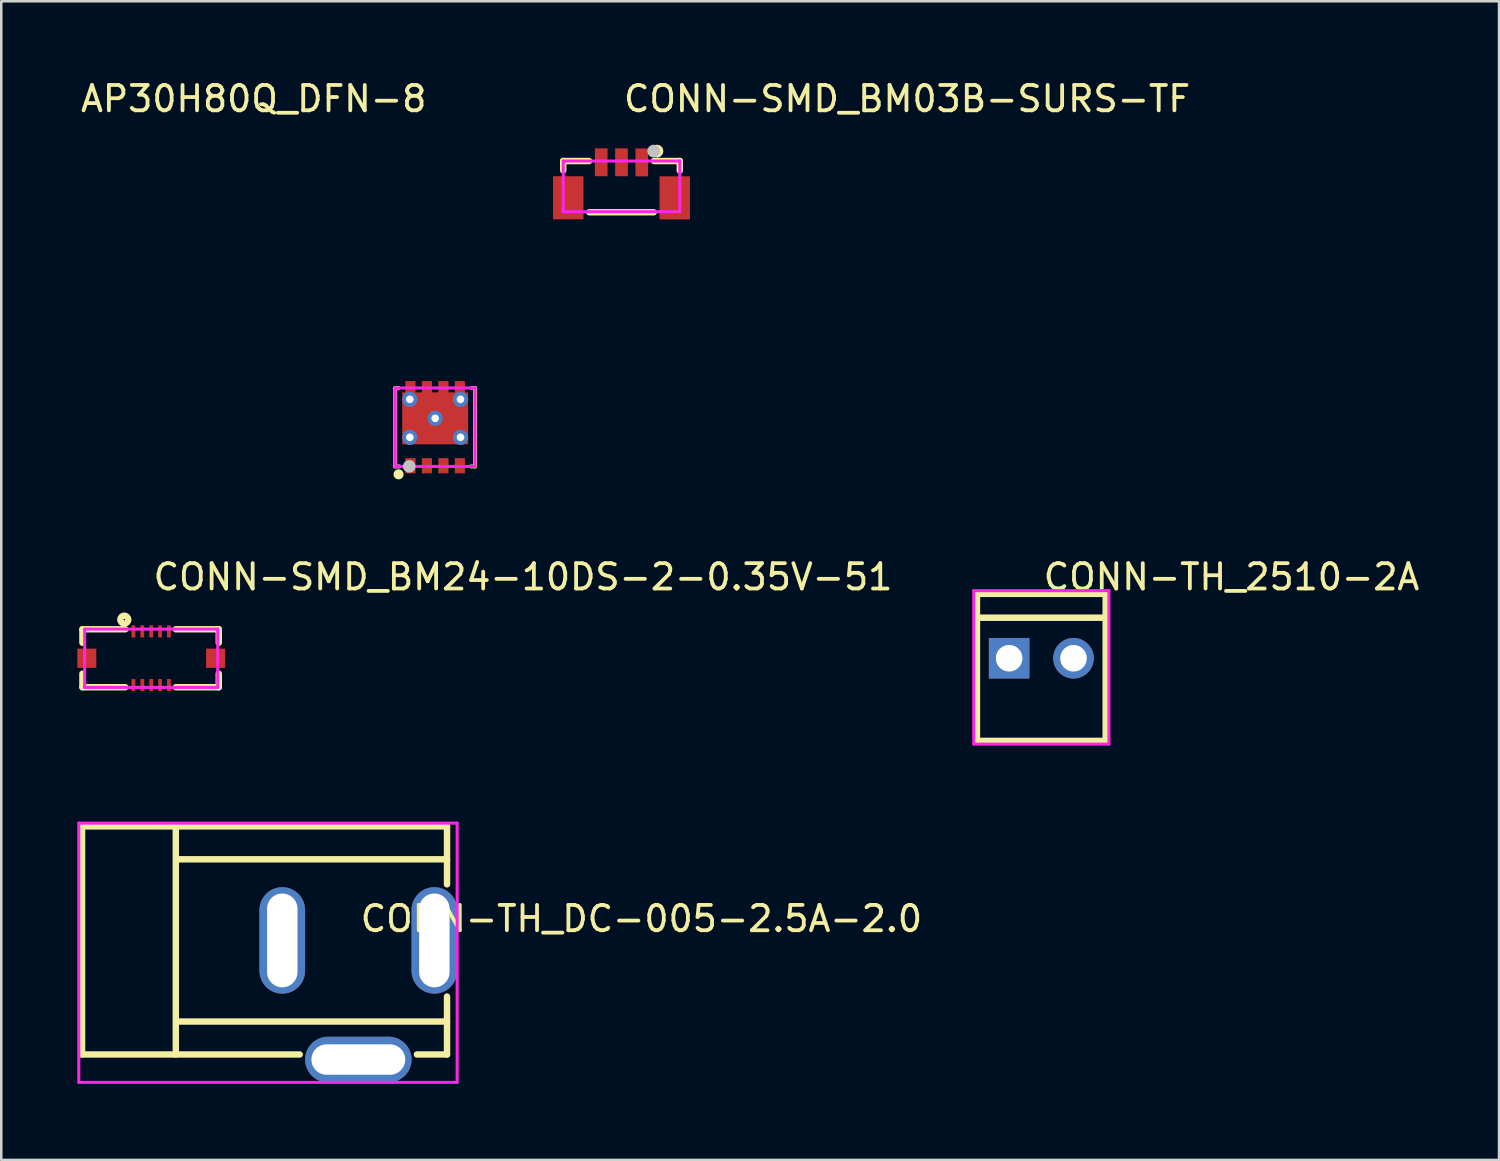
<source format=kicad_pcb>
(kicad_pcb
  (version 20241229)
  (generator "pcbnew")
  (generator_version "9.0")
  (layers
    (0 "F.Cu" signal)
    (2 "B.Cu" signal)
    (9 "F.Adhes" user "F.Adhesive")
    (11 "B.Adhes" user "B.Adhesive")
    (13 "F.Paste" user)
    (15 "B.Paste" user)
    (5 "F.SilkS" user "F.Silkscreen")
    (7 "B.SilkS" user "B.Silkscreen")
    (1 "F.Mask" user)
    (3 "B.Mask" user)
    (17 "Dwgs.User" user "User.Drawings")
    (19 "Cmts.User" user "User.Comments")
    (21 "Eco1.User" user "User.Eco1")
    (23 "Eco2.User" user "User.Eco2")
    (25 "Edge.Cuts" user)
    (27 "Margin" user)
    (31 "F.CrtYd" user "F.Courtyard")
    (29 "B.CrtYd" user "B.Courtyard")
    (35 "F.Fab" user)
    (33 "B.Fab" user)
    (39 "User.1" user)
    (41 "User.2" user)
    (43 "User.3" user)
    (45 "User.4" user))
  (footprint "CONN-SMD_BM24-10DS-2-0.35V-51"
    (layer "F.Cu")
    (at 2.915 22.921)
    (property "Reference" "CONN-SMD_BM24-10DS-2-0.35V-51" (at 0 -3.207 0) (layer "F.SilkS") (effects (font (size 1 1) (thickness 0.15)) (justify left)))
    (attr through_hole)
    (fp_line (start -2.712 -1.143) (end -2.712 -0.611) (stroke (width 0.254) (type solid)) (layer "F.SilkS"))
    (fp_line (start -2.712 0.611) (end -2.712 1.143) (stroke (width 0.254) (type solid)) (layer "F.SilkS"))
    (fp_line (start -2.712 1.143) (end -1.021 1.143) (stroke (width 0.254) (type solid)) (layer "F.SilkS"))
    (fp_line (start -1.021 -1.143) (end -2.712 -1.143) (stroke (width 0.254) (type solid)) (layer "F.SilkS"))
    (fp_line (start 0.976 1.143) (end 2.667 1.143) (stroke (width 0.254) (type solid)) (layer "F.SilkS"))
    (fp_line (start 2.667 -1.143) (end 0.976 -1.143) (stroke (width 0.254) (type solid)) (layer "F.SilkS"))
    (fp_line (start 2.667 -0.611) (end 2.667 -1.143) (stroke (width 0.254) (type solid)) (layer "F.SilkS"))
    (fp_line (start 2.667 1.143) (end 2.667 0.611) (stroke (width 0.254) (type solid)) (layer "F.SilkS"))
    (fp_circle (center -1.061 -1.524) (end -1.033 -1.524) (stroke (width 0.254) (type solid)) (fill no) (layer "F.SilkS"))
    (fp_circle (center -2.625 -1.15) (end -2.595 -1.15) (stroke (width 0.06) (type solid)) (fill no) (layer "Eco2.User"))
    (fp_poly (pts (xy -2.625 -0.25) (xy -2.165 -0.25) (xy -2.165 0.25) (xy -2.625 0.25)) (stroke (width 0.12) (type solid)) (fill no) (layer "Eco2.User"))
    (fp_poly (pts (xy -0.76 -1.15) (xy -0.64 -1.15) (xy -0.64 -0.9) (xy -0.76 -0.9)) (stroke (width 0.12) (type solid)) (fill no) (layer "Eco2.User"))
    (fp_poly (pts (xy -0.76 0.9) (xy -0.64 0.9) (xy -0.64 1.15) (xy -0.76 1.15)) (stroke (width 0.12) (type solid)) (fill no) (layer "Eco2.User"))
    (fp_poly (pts (xy -0.41 -1.15) (xy -0.29 -1.15) (xy -0.29 -0.9) (xy -0.41 -0.9)) (stroke (width 0.12) (type solid)) (fill no) (layer "Eco2.User"))
    (fp_poly (pts (xy -0.41 0.9) (xy -0.29 0.9) (xy -0.29 1.15) (xy -0.41 1.15)) (stroke (width 0.12) (type solid)) (fill no) (layer "Eco2.User"))
    (fp_poly (pts (xy -0.06 -1.15) (xy 0.06 -1.15) (xy 0.06 -0.9) (xy -0.06 -0.9)) (stroke (width 0.12) (type solid)) (fill no) (layer "Eco2.User"))
    (fp_poly (pts (xy -0.06 0.9) (xy 0.06 0.9) (xy 0.06 1.15) (xy -0.06 1.15)) (stroke (width 0.12) (type solid)) (fill no) (layer "Eco2.User"))
    (fp_poly (pts (xy 0.29 -1.15) (xy 0.41 -1.15) (xy 0.41 -0.9) (xy 0.29 -0.9)) (stroke (width 0.12) (type solid)) (fill no) (layer "Eco2.User"))
    (fp_poly (pts (xy 0.29 0.9) (xy 0.41 0.9) (xy 0.41 1.15) (xy 0.29 1.15)) (stroke (width 0.12) (type solid)) (fill no) (layer "Eco2.User"))
    (fp_poly (pts (xy 0.64 -1.15) (xy 0.76 -1.15) (xy 0.76 -0.9) (xy 0.64 -0.9)) (stroke (width 0.12) (type solid)) (fill no) (layer "Eco2.User"))
    (fp_poly (pts (xy 0.64 0.9) (xy 0.76 0.9) (xy 0.76 1.15) (xy 0.64 1.15)) (stroke (width 0.12) (type solid)) (fill no) (layer "Eco2.User"))
    (fp_poly (pts (xy 2.165 -0.25) (xy 2.625 -0.25) (xy 2.625 0.25) (xy 2.165 0.25)) (stroke (width 0.12) (type solid)) (fill no) (layer "Eco2.User"))
    (fp_line (start -2.625 -1.15) (end 2.625 -1.15) (stroke (width 0.12) (type solid)) (layer "F.CrtYd"))
    (fp_line (start -2.625 1.15) (end -2.625 -1.15) (stroke (width 0.12) (type solid)) (layer "F.CrtYd"))
    (fp_line (start 2.625 -1.15) (end 2.625 1.15) (stroke (width 0.12) (type solid)) (layer "F.CrtYd"))
    (fp_line (start 2.625 1.15) (end -2.625 1.15) (stroke (width 0.12) (type solid)) (layer "F.CrtYd"))
    (pad "1" smd rect (at -0.7 -1.06) (size 0.15 0.48) (layers "F.Cu" "F.Mask" "F.Paste"))
    (pad "2" smd rect (at -0.35 -1.06) (size 0.15 0.48) (layers "F.Cu" "F.Mask" "F.Paste"))
    (pad "3" smd rect (at 0 -1.06) (size 0.15 0.48) (layers "F.Cu" "F.Mask" "F.Paste"))
    (pad "4" smd rect (at 0.35 -1.06) (size 0.15 0.48) (layers "F.Cu" "F.Mask" "F.Paste"))
    (pad "5" smd rect (at 0.7 -1.06) (size 0.15 0.48) (layers "F.Cu" "F.Mask" "F.Paste"))
    (pad "6" smd rect (at 0.7 1.06) (size 0.15 0.48) (layers "F.Cu" "F.Mask" "F.Paste"))
    (pad "7" smd rect (at 0.35 1.06) (size 0.15 0.48) (layers "F.Cu" "F.Mask" "F.Paste"))
    (pad "8" smd rect (at 0 1.06) (size 0.15 0.48) (layers "F.Cu" "F.Mask" "F.Paste"))
    (pad "9" smd rect (at -0.35 1.06) (size 0.15 0.48) (layers "F.Cu" "F.Mask" "F.Paste"))
    (pad "10" smd rect (at -0.7 1.06) (size 0.15 0.48) (layers "F.Cu" "F.Mask" "F.Paste"))
    (pad "11" smd rect (at 2.54 0) (size 0.75 0.76) (layers "F.Cu" "F.Mask" "F.Paste"))
    (pad "12" smd rect (at -2.54 0) (size 0.75 0.76) (layers "F.Cu" "F.Mask" "F.Paste")))
  (footprint "CONN-SMD_BM03B-SURS-TF"
    (layer "F.Cu")
    (at 21.472 4.055)
    (property "Reference" "CONN-SMD_BM03B-SURS-TF" (at 0 -3.207 0) (layer "F.SilkS") (effects (font (size 1 1) (thickness 0.15)) (justify left)))
    (attr through_hole)
    (fp_line (start -2.3 -0.752) (end -2.3 -0.383) (stroke (width 0.254) (type solid)) (layer "F.SilkS"))
    (fp_line (start -1.282 -0.752) (end -2.3 -0.752) (stroke (width 0.254) (type solid)) (layer "F.SilkS"))
    (fp_line (start -1.269 1.27) (end 1.27 1.27) (stroke (width 0.254) (type solid)) (layer "F.SilkS"))
    (fp_line (start 2.3 -0.752) (end 1.28 -0.752) (stroke (width 0.254) (type solid)) (layer "F.SilkS"))
    (fp_line (start 2.3 -0.752) (end 2.3 -0.38) (stroke (width 0.254) (type solid)) (layer "F.SilkS"))
    (fp_circle (center 1.397 -1.143) (end 1.524 -1.143) (stroke (width 0.254) (type solid)) (fill no) (layer "F.SilkS"))
    (fp_circle (center 1.27 -1.143) (end 1.397 -1.143) (stroke (width 0.254) (type solid)) (fill no) (layer "Dwgs.User"))
    (fp_circle (center 2.3 -1.001) (end 2.33 -1.001) (stroke (width 0.06) (type solid)) (fill no) (layer "Eco2.User"))
    (fp_poly (pts (xy -2.001 1.199) (xy -2.201 1.199) (xy -2.201 0.199) (xy -2.001 0.199)) (stroke (width 0.12) (type solid)) (fill no) (layer "Eco2.User"))
    (fp_poly (pts (xy -0.701 -0.402) (xy -0.901 -0.402) (xy -0.901 -1.002) (xy -0.701 -1.002)) (stroke (width 0.12) (type solid)) (fill no) (layer "Eco2.User"))
    (fp_poly (pts (xy 0.099 -0.402) (xy -0.101 -0.402) (xy -0.101 -1.002) (xy 0.099 -1.002)) (stroke (width 0.12) (type solid)) (fill no) (layer "Eco2.User"))
    (fp_poly (pts (xy 0.899 -0.398) (xy 0.699 -0.398) (xy 0.699 -0.998) (xy 0.899 -0.998)) (stroke (width 0.12) (type solid)) (fill no) (layer "Eco2.User"))
    (fp_poly (pts (xy 2.201 1.202) (xy 2.001 1.202) (xy 2.001 0.202) (xy 2.201 0.202)) (stroke (width 0.12) (type solid)) (fill no) (layer "Eco2.User"))
    (fp_line (start -2.3 -0.752) (end 2.3 -0.752) (stroke (width 0.12) (type solid)) (layer "F.CrtYd"))
    (fp_line (start -2.3 1.248) (end -2.3 -0.752) (stroke (width 0.12) (type solid)) (layer "F.CrtYd"))
    (fp_line (start 2.3 -0.752) (end 2.3 1.248) (stroke (width 0.12) (type solid)) (layer "F.CrtYd"))
    (fp_line (start 2.3 1.248) (end -2.3 1.248) (stroke (width 0.12) (type solid)) (layer "F.CrtYd"))
    (pad "1" smd rect (at 0.799 -0.698 180) (size 0.5 1.1) (layers "F.Cu" "F.Mask" "F.Paste"))
    (pad "2" smd rect (at -0.001 -0.702 180) (size 0.5 1.1) (layers "F.Cu" "F.Mask" "F.Paste"))
    (pad "3" smd rect (at -0.801 -0.702 180) (size 0.5 1.1) (layers "F.Cu" "F.Mask" "F.Paste"))
    (pad "4" smd rect (at -2.101 0.699 180) (size 1.2 1.7) (layers "F.Cu" "F.Mask" "F.Paste"))
    (pad "5" smd rect (at 2.101 0.702 180) (size 1.2 1.7) (layers "F.Cu" "F.Mask" "F.Paste")))
  (footprint "CONN-TH_DC-005-2.5A-2.0"
    (layer "F.Cu")
    (at 11.087 36.404)
    (property "Reference" "CONN-TH_DC-005-2.5A-2.0" (at 0 -3.207 0) (layer "F.SilkS") (effects (font (size 1 1) (thickness 0.15)) (justify left)))
    (attr through_hole)
    (fp_line (start -10.9 -6.85) (end 3.5 -6.85) (stroke (width 0.254) (type solid)) (layer "F.SilkS"))
    (fp_line (start -10.9 2.15) (end -10.9 -6.85) (stroke (width 0.254) (type solid)) (layer "F.SilkS"))
    (fp_line (start -10.9 2.15) (end -2.313 2.15) (stroke (width 0.254) (type solid)) (layer "F.SilkS"))
    (fp_line (start -7.2 2.15) (end -7.2 -6.85) (stroke (width 0.254) (type solid)) (layer "F.SilkS"))
    (fp_line (start -7.12 -5.55) (end 3.5 -5.55) (stroke (width 0.254) (type solid)) (layer "F.SilkS"))
    (fp_line (start -7.12 0.85) (end 3.5 0.85) (stroke (width 0.254) (type solid)) (layer "F.SilkS"))
    (fp_line (start 2.313 2.15) (end 3.5 2.15) (stroke (width 0.254) (type solid)) (layer "F.SilkS"))
    (fp_line (start 3.5 -6.85) (end 3.5 -4.564) (stroke (width 0.254) (type solid)) (layer "F.SilkS"))
    (fp_line (start 3.5 -0.136) (end 3.5 2.15) (stroke (width 0.254) (type solid)) (layer "F.SilkS"))
    (fp_circle (center 3.9 -6.977) (end 3.93 -6.977) (stroke (width 0.06) (type solid)) (fill no) (layer "Eco2.User"))
    (fp_poly (pts (xy -2.52 -3.6) (xy -2.52 -1.1) (xy -3.48 -1.1) (xy -3.48 -3.6)) (stroke (width 0.12) (type solid)) (fill no) (layer "Eco2.User"))
    (fp_poly (pts (xy -1.25 1.87) (xy 1.25 1.87) (xy 1.25 2.83) (xy -1.25 2.83)) (stroke (width 0.12) (type solid)) (fill no) (layer "Eco2.User"))
    (fp_poly (pts (xy 2.52 -1.1) (xy 2.52 -3.6) (xy 3.48 -3.6) (xy 3.48 -1.1)) (stroke (width 0.12) (type solid)) (fill no) (layer "Eco2.User"))
    (fp_line (start -11.027 -6.977) (end 3.9 -6.977) (stroke (width 0.12) (type solid)) (layer "F.CrtYd"))
    (fp_line (start -11.027 3.25) (end -11.027 -6.977) (stroke (width 0.12) (type solid)) (layer "F.CrtYd"))
    (fp_line (start 3.9 -6.977) (end 3.9 3.25) (stroke (width 0.12) (type solid)) (layer "F.CrtYd"))
    (fp_line (start 3.9 3.25) (end -11.027 3.25) (stroke (width 0.12) (type solid)) (layer "F.CrtYd"))
    (pad "1" thru_hole oval (at 3 -2.35) (size 1.8 4.2) (drill oval 1.2 3.7) (layers "*.Cu" "*.Mask"))
    (pad "2" thru_hole oval (at -3 -2.35 180) (size 1.8 4.2) (drill oval 1.2 3.7) (layers "*.Cu" "*.Mask"))
    (pad "3" thru_hole oval (at 0 2.35 270) (size 1.8 4.2) (drill oval 1.2 3.7) (layers "*.Cu" "*.Mask")))
  (footprint "CONN-TH_2510-2A"
    (layer "F.Cu")
    (at 38.035 22.921)
    (property "Reference" "CONN-TH_2510-2A" (at 0 -3.207 0) (layer "F.SilkS") (effects (font (size 1 1) (thickness 0.15)) (justify left)))
    (attr through_hole)
    (fp_line (start -2.54 -2.54) (end -2.54 3.26) (stroke (width 0.254) (type solid)) (layer "F.SilkS"))
    (fp_line (start -2.54 -2.54) (end 2.54 -2.54) (stroke (width 0.254) (type solid)) (layer "F.SilkS"))
    (fp_line (start -2.54 -1.6) (end 2.54 -1.6) (stroke (width 0.254) (type solid)) (layer "F.SilkS"))
    (fp_line (start -2.54 3.26) (end 2.54 3.26) (stroke (width 0.254) (type solid)) (layer "F.SilkS"))
    (fp_line (start 2.54 -2.54) (end 2.54 3.26) (stroke (width 0.254) (type solid)) (layer "F.SilkS"))
    (fp_circle (center -2.667 3.387) (end -2.637 3.387) (stroke (width 0.06) (type solid)) (fill no) (layer "Eco2.User"))
    (fp_circle (center -1.27 0) (end -1.058 0) (stroke (width 0.425) (type solid)) (fill no) (layer "Eco2.User"))
    (fp_circle (center 1.27 0) (end 1.482 0) (stroke (width 0.425) (type solid)) (fill no) (layer "Eco2.User"))
    (fp_line (start -2.667 -2.667) (end 2.667 -2.667) (stroke (width 0.12) (type solid)) (layer "F.CrtYd"))
    (fp_line (start -2.667 3.387) (end -2.667 -2.667) (stroke (width 0.12) (type solid)) (layer "F.CrtYd"))
    (fp_line (start 2.667 -2.667) (end 2.667 3.387) (stroke (width 0.12) (type solid)) (layer "F.CrtYd"))
    (fp_line (start 2.667 3.387) (end -2.667 3.387) (stroke (width 0.12) (type solid)) (layer "F.CrtYd"))
    (pad "1" thru_hole rect (at -1.27 0) (size 1.6 1.6) (drill 1.05) (layers "*.Cu" "*.Mask"))
    (pad "2" thru_hole circle (at 1.27 0) (size 1.6 1.6) (drill 1.05) (layers "*.Cu" "*.Mask")))
  (footprint "AP30H80Q_DFN-8"
    (layer "F.Cu")
    (at 14.119 13.805)
    (property "Reference" "AP30H80Q_DFN-8" (at -0.25 -12.957 180) (layer "F.SilkS") (effects (font (size 1 1) (thickness 0.15)) (justify right)))
    (attr through_hole)
    (fp_line (start -1.575 -1.55) (end -1.45 -1.55) (stroke (width 0.152) (type solid)) (layer "F.SilkS"))
    (fp_line (start -1.575 1.55) (end -1.575 -1.55) (stroke (width 0.152) (type solid)) (layer "F.SilkS"))
    (fp_line (start -1.406 1.55) (end -1.575 1.55) (stroke (width 0.152) (type solid)) (layer "F.SilkS"))
    (fp_line (start 1.45 -1.55) (end 1.576 -1.55) (stroke (width 0.152) (type solid)) (layer "F.SilkS"))
    (fp_line (start 1.575 -1.55) (end 1.575 1.55) (stroke (width 0.152) (type solid)) (layer "F.SilkS"))
    (fp_line (start 1.575 1.55) (end 1.406 1.55) (stroke (width 0.152) (type solid)) (layer "F.SilkS"))
    (fp_circle (center -1.444 1.86) (end -1.344 1.86) (stroke (width 0.2) (type solid)) (fill no) (layer "F.SilkS"))
    (fp_poly (pts (xy -1.174 1.22) (xy -0.775 1.22) (xy -0.775 1.82) (xy -1.175 1.82)) (stroke (width 0.12) (type solid)) (fill yes) (layer "F.Paste"))
    (fp_poly (pts (xy -0.524 1.22) (xy -0.125 1.22) (xy -0.125 1.82) (xy -0.525 1.82)) (stroke (width 0.12) (type solid)) (fill yes) (layer "F.Paste"))
    (fp_poly (pts (xy 0.126 1.22) (xy 0.525 1.22) (xy 0.525 1.82) (xy 0.125 1.82)) (stroke (width 0.12) (type solid)) (fill yes) (layer "F.Paste"))
    (fp_poly (pts (xy 0.776 1.22) (xy 1.175 1.22) (xy 1.175 1.82) (xy 0.775 1.82)) (stroke (width 0.12) (type solid)) (fill yes) (layer "F.Paste"))
    (fp_poly (pts (xy 1.175 -1.375) (xy 1.175 -1.82) (xy 0.775 -1.82) (xy 0.775 -1.375) (xy 0.525 -1.375) (xy 0.525 -1.82) (xy 0.125 -1.82) (xy 0.125 -1.375) (xy -0.125 -1.375) (xy -0.125 -1.82) (xy -0.525 -1.82) (xy -0.525 -1.375) (xy -0.775 -1.375) (xy -0.775 -1.82) (xy -1.175 -1.82) (xy -1.175 -1.375) (xy -1.3 -1.375) (xy -1.3 0.675) (xy 1.3 0.675) (xy 1.3 -1.375)) (stroke (width 0.12) (type solid)) (fill yes) (layer "F.Paste"))
    (fp_circle (center -1.023 1.545) (end -0.898 1.545) (stroke (width 0.25) (type solid)) (fill no) (layer "Dwgs.User"))
    (fp_circle (center -1.575 1.675) (end -1.545 1.675) (stroke (width 0.06) (type solid)) (fill no) (layer "Eco2.User"))
    (fp_poly (pts (xy -1.25 -1.275) (xy 1.24 -1.275) (xy 1.24 0.605) (xy -1.25 0.605)) (stroke (width 0.12) (type solid)) (fill no) (layer "Eco2.User"))
    (fp_poly (pts (xy -1.125 -1.675) (xy -0.825 -1.675) (xy -0.825 -1.275) (xy -1.125 -1.275)) (stroke (width 0.12) (type solid)) (fill no) (layer "Eco2.User"))
    (fp_poly (pts (xy -0.825 1.675) (xy -1.125 1.675) (xy -1.125 1.275) (xy -0.825 1.275)) (stroke (width 0.12) (type solid)) (fill no) (layer "Eco2.User"))
    (fp_poly (pts (xy -0.475 -1.675) (xy -0.175 -1.675) (xy -0.175 -1.275) (xy -0.475 -1.275)) (stroke (width 0.12) (type solid)) (fill no) (layer "Eco2.User"))
    (fp_poly (pts (xy -0.175 1.675) (xy -0.475 1.675) (xy -0.475 1.275) (xy -0.175 1.275)) (stroke (width 0.12) (type solid)) (fill no) (layer "Eco2.User"))
    (fp_poly (pts (xy 0.175 -1.675) (xy 0.475 -1.675) (xy 0.475 -1.275) (xy 0.175 -1.275)) (stroke (width 0.12) (type solid)) (fill no) (layer "Eco2.User"))
    (fp_poly (pts (xy 0.475 1.675) (xy 0.175 1.675) (xy 0.175 1.275) (xy 0.475 1.275)) (stroke (width 0.12) (type solid)) (fill no) (layer "Eco2.User"))
    (fp_poly (pts (xy 0.825 -1.675) (xy 1.125 -1.675) (xy 1.125 -1.275) (xy 0.825 -1.275)) (stroke (width 0.12) (type solid)) (fill no) (layer "Eco2.User"))
    (fp_poly (pts (xy 1.125 1.675) (xy 0.825 1.675) (xy 0.825 1.275) (xy 1.125 1.275)) (stroke (width 0.12) (type solid)) (fill no) (layer "Eco2.User"))
    (fp_line (start -1.575 -1.55) (end 1.575 -1.55) (stroke (width 0.12) (type solid)) (layer "F.CrtYd"))
    (fp_line (start -1.575 1.55) (end -1.575 -1.55) (stroke (width 0.12) (type solid)) (layer "F.CrtYd"))
    (fp_line (start 1.575 -1.55) (end 1.575 1.55) (stroke (width 0.12) (type solid)) (layer "F.CrtYd"))
    (fp_line (start 1.575 1.55) (end -1.575 1.55) (stroke (width 0.12) (type solid)) (layer "F.CrtYd"))
    (pad "1" smd rect (at -0.975 1.52 180) (size 0.4 0.6) (layers "F.Cu" "F.Mask" "F.Paste"))
    (pad "2" smd rect (at -0.325 1.52 180) (size 0.4 0.6) (layers "F.Cu" "F.Mask" "F.Paste"))
    (pad "3" smd rect (at 0.325 1.52 180) (size 0.4 0.6) (layers "F.Cu" "F.Mask" "F.Paste"))
    (pad "4" smd rect (at 0.975 1.52 180) (size 0.4 0.6) (layers "F.Cu" "F.Mask" "F.Paste"))
    (pad "5" smd rect (at 0.975 -1.52 180) (size 0.4 0.6) (layers "F.Cu" "F.Mask" "F.Paste"))
    (pad "6" smd rect (at 0.325 -1.52 180) (size 0.4 0.6) (layers "F.Cu" "F.Mask" "F.Paste"))
    (pad "7" smd rect (at -0.325 -1.52 180) (size 0.4 0.6) (layers "F.Cu" "F.Mask" "F.Paste"))
    (pad "8" smd rect (at -0.975 -1.52 180) (size 0.4 0.6) (layers "F.Cu" "F.Mask" "F.Paste"))
    (pad "9" thru_hole circle (at -1 -1.1) (size 0.6 0.6) (drill 0.3) (layers "*.Cu" "*.Mask"))
    (pad "9" thru_hole circle (at -1 0.4) (size 0.6 0.6) (drill 0.3) (layers "*.Cu" "*.Mask"))
    (pad "9" thru_hole circle (at 0 -0.35) (size 0.6 0.6) (drill 0.3) (layers "*.Cu" "*.Mask"))
    (pad "9" smd rect (at 0 -0.35) (size 2.6 2.05) (layers "F.Cu" "F.Mask" "F.Paste"))
    (pad "9" thru_hole circle (at 1 -1.1) (size 0.6 0.6) (drill 0.3) (layers "*.Cu" "*.Mask"))
    (pad "9" thru_hole circle (at 1 0.4) (size 0.6 0.6) (drill 0.3) (layers "*.Cu" "*.Mask")))
  (gr_rect
    (start -3 -3)
    (end 56.094 42.715)
    (stroke (width 0.1) (type default))
    (fill no)
    (layer "Edge.Cuts")))
</source>
